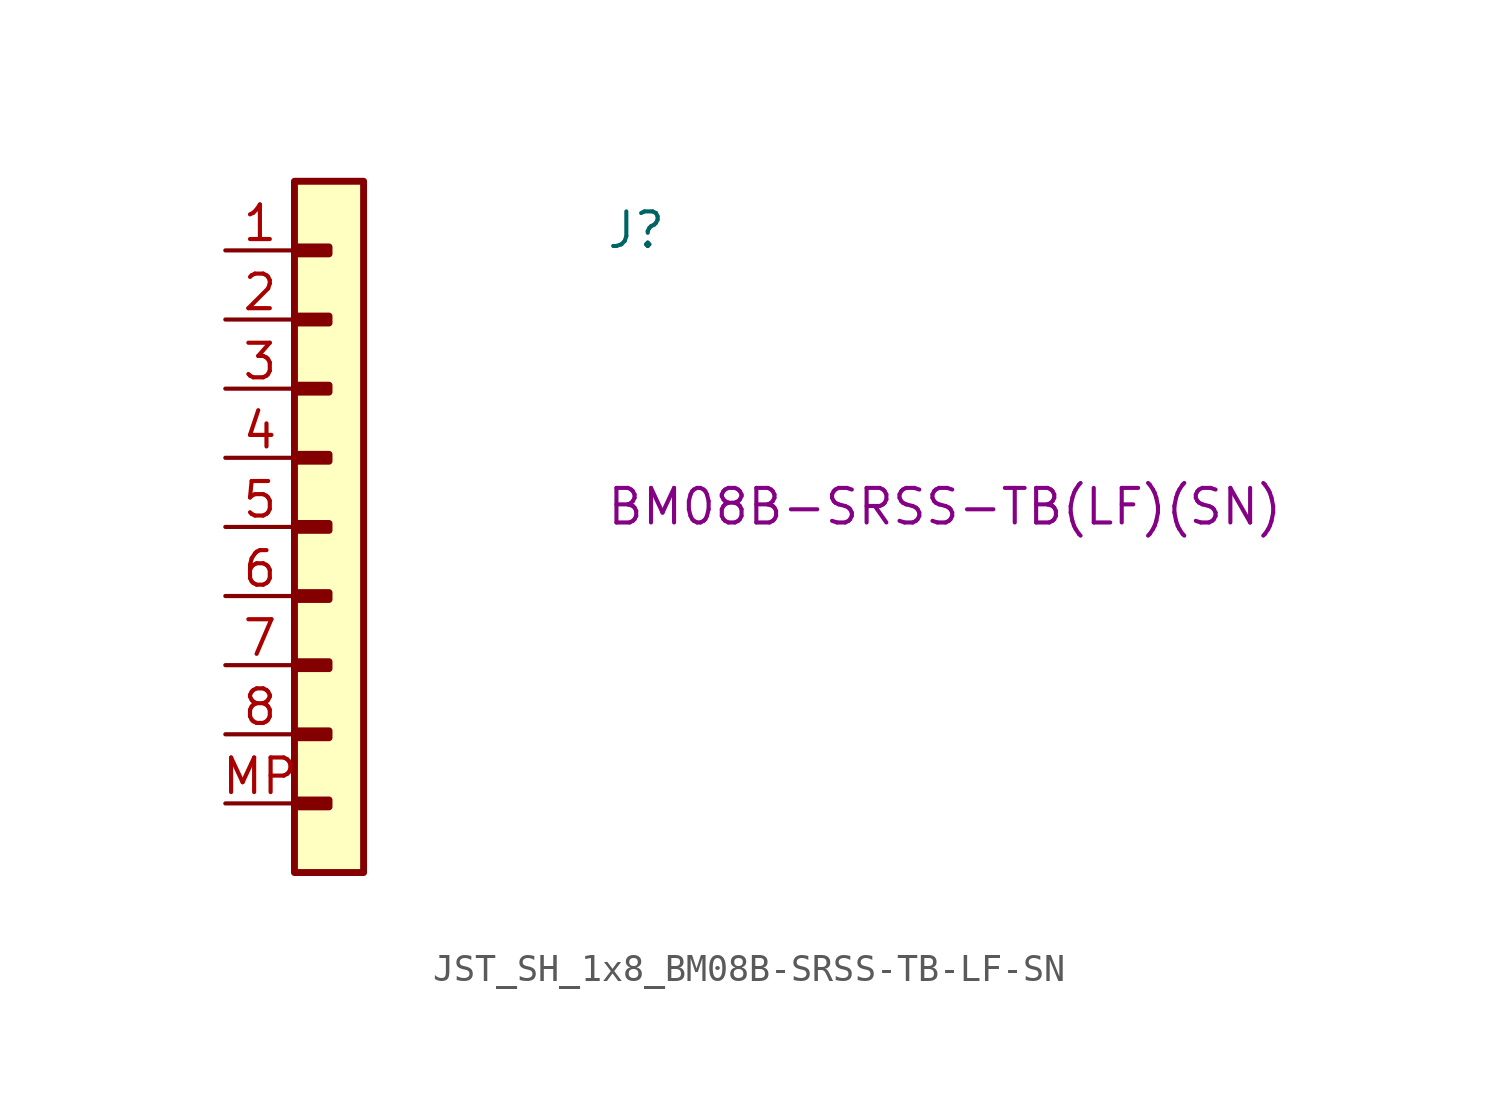
<source format=kicad_sym>
(kicad_symbol_lib
  (version 20220914)
  (generator kicad_symbol_editor)
  (symbol "JST_SH_1x8_BM08B-SRSS-TB-LF-SN"
    (property "Reference" "J"
      (at 13.97 0 0)
      (effects (font (size 1.27 1.27) (thickness 0.15)) (justify left bottom)))
    (property "MPN" "BM08B-SRSS-TB(LF)(SN)"
      (at 13.97 -10.16 0)
      (effects (font (size 1.27 1.27) (thickness 0.15)) (justify left bottom)))
    (symbol "JST_SH_1x8_BM08B-SRSS-TB-LF-SN_1_1"
      (rectangle (start 2.54 -20.193) (end 3.81 -20.447) (stroke (width 0.254) (type default)) (fill (type background)))
      (rectangle (start 2.54 -17.653) (end 3.81 -17.907) (stroke (width 0.254) (type default)) (fill (type background)))
      (rectangle (start 2.54 -15.113) (end 3.81 -15.367) (stroke (width 0.254) (type default)) (fill (type background)))
      (rectangle (start 2.54 -12.573) (end 3.81 -12.827) (stroke (width 0.254) (type default)) (fill (type background)))
      (rectangle (start 2.54 -10.033) (end 3.81 -10.287) (stroke (width 0.254) (type default)) (fill (type background)))
      (rectangle (start 2.54 -7.493) (end 3.81 -7.747) (stroke (width 0.254) (type default)) (fill (type background)))
      (rectangle (start 2.54 -4.953) (end 3.81 -5.207) (stroke (width 0.254) (type default)) (fill (type background)))
      (rectangle (start 2.54 -2.413) (end 3.81 -2.667) (stroke (width 0.254) (type default)) (fill (type background)))
      (rectangle (start 2.54 0.127) (end 3.81 -0.127) (stroke (width 0.254) (type default)) (fill (type background)))
      (rectangle (start 2.54 2.54) (end 5.08 -22.86) (stroke (width 0.254) (type default)) (fill (type background)))
      (pin passive line (at 0 0 0) (length 2.54) (name "~" (effects (font (size 1.27 1.27)))) (number "1" (effects (font (size 1.27 1.27)))))
      (pin passive line (at 0 -2.54 0) (length 2.54) (name "~" (effects (font (size 1.27 1.27)))) (number "2" (effects (font (size 1.27 1.27)))))
      (pin passive line (at 0 -5.08 0) (length 2.54) (name "~" (effects (font (size 1.27 1.27)))) (number "3" (effects (font (size 1.27 1.27)))))
      (pin passive line (at 0 -7.62 0) (length 2.54) (name "~" (effects (font (size 1.27 1.27)))) (number "4" (effects (font (size 1.27 1.27)))))
      (pin passive line (at 0 -10.16 0) (length 2.54) (name "~" (effects (font (size 1.27 1.27)))) (number "5" (effects (font (size 1.27 1.27)))))
      (pin passive line (at 0 -12.7 0) (length 2.54) (name "~" (effects (font (size 1.27 1.27)))) (number "6" (effects (font (size 1.27 1.27)))))
      (pin passive line (at 0 -15.24 0) (length 2.54) (name "~" (effects (font (size 1.27 1.27)))) (number "7" (effects (font (size 1.27 1.27)))))
      (pin passive line (at 0 -17.78 0) (length 2.54) (name "~" (effects (font (size 1.27 1.27)))) (number "8" (effects (font (size 1.27 1.27)))))
      (pin passive line (at 0 -20.32 0) (length 2.54) (name "~" (effects (font (size 1.27 1.27)))) (number "MP" (effects (font (size 1.27 1.27))))))))
</source>
